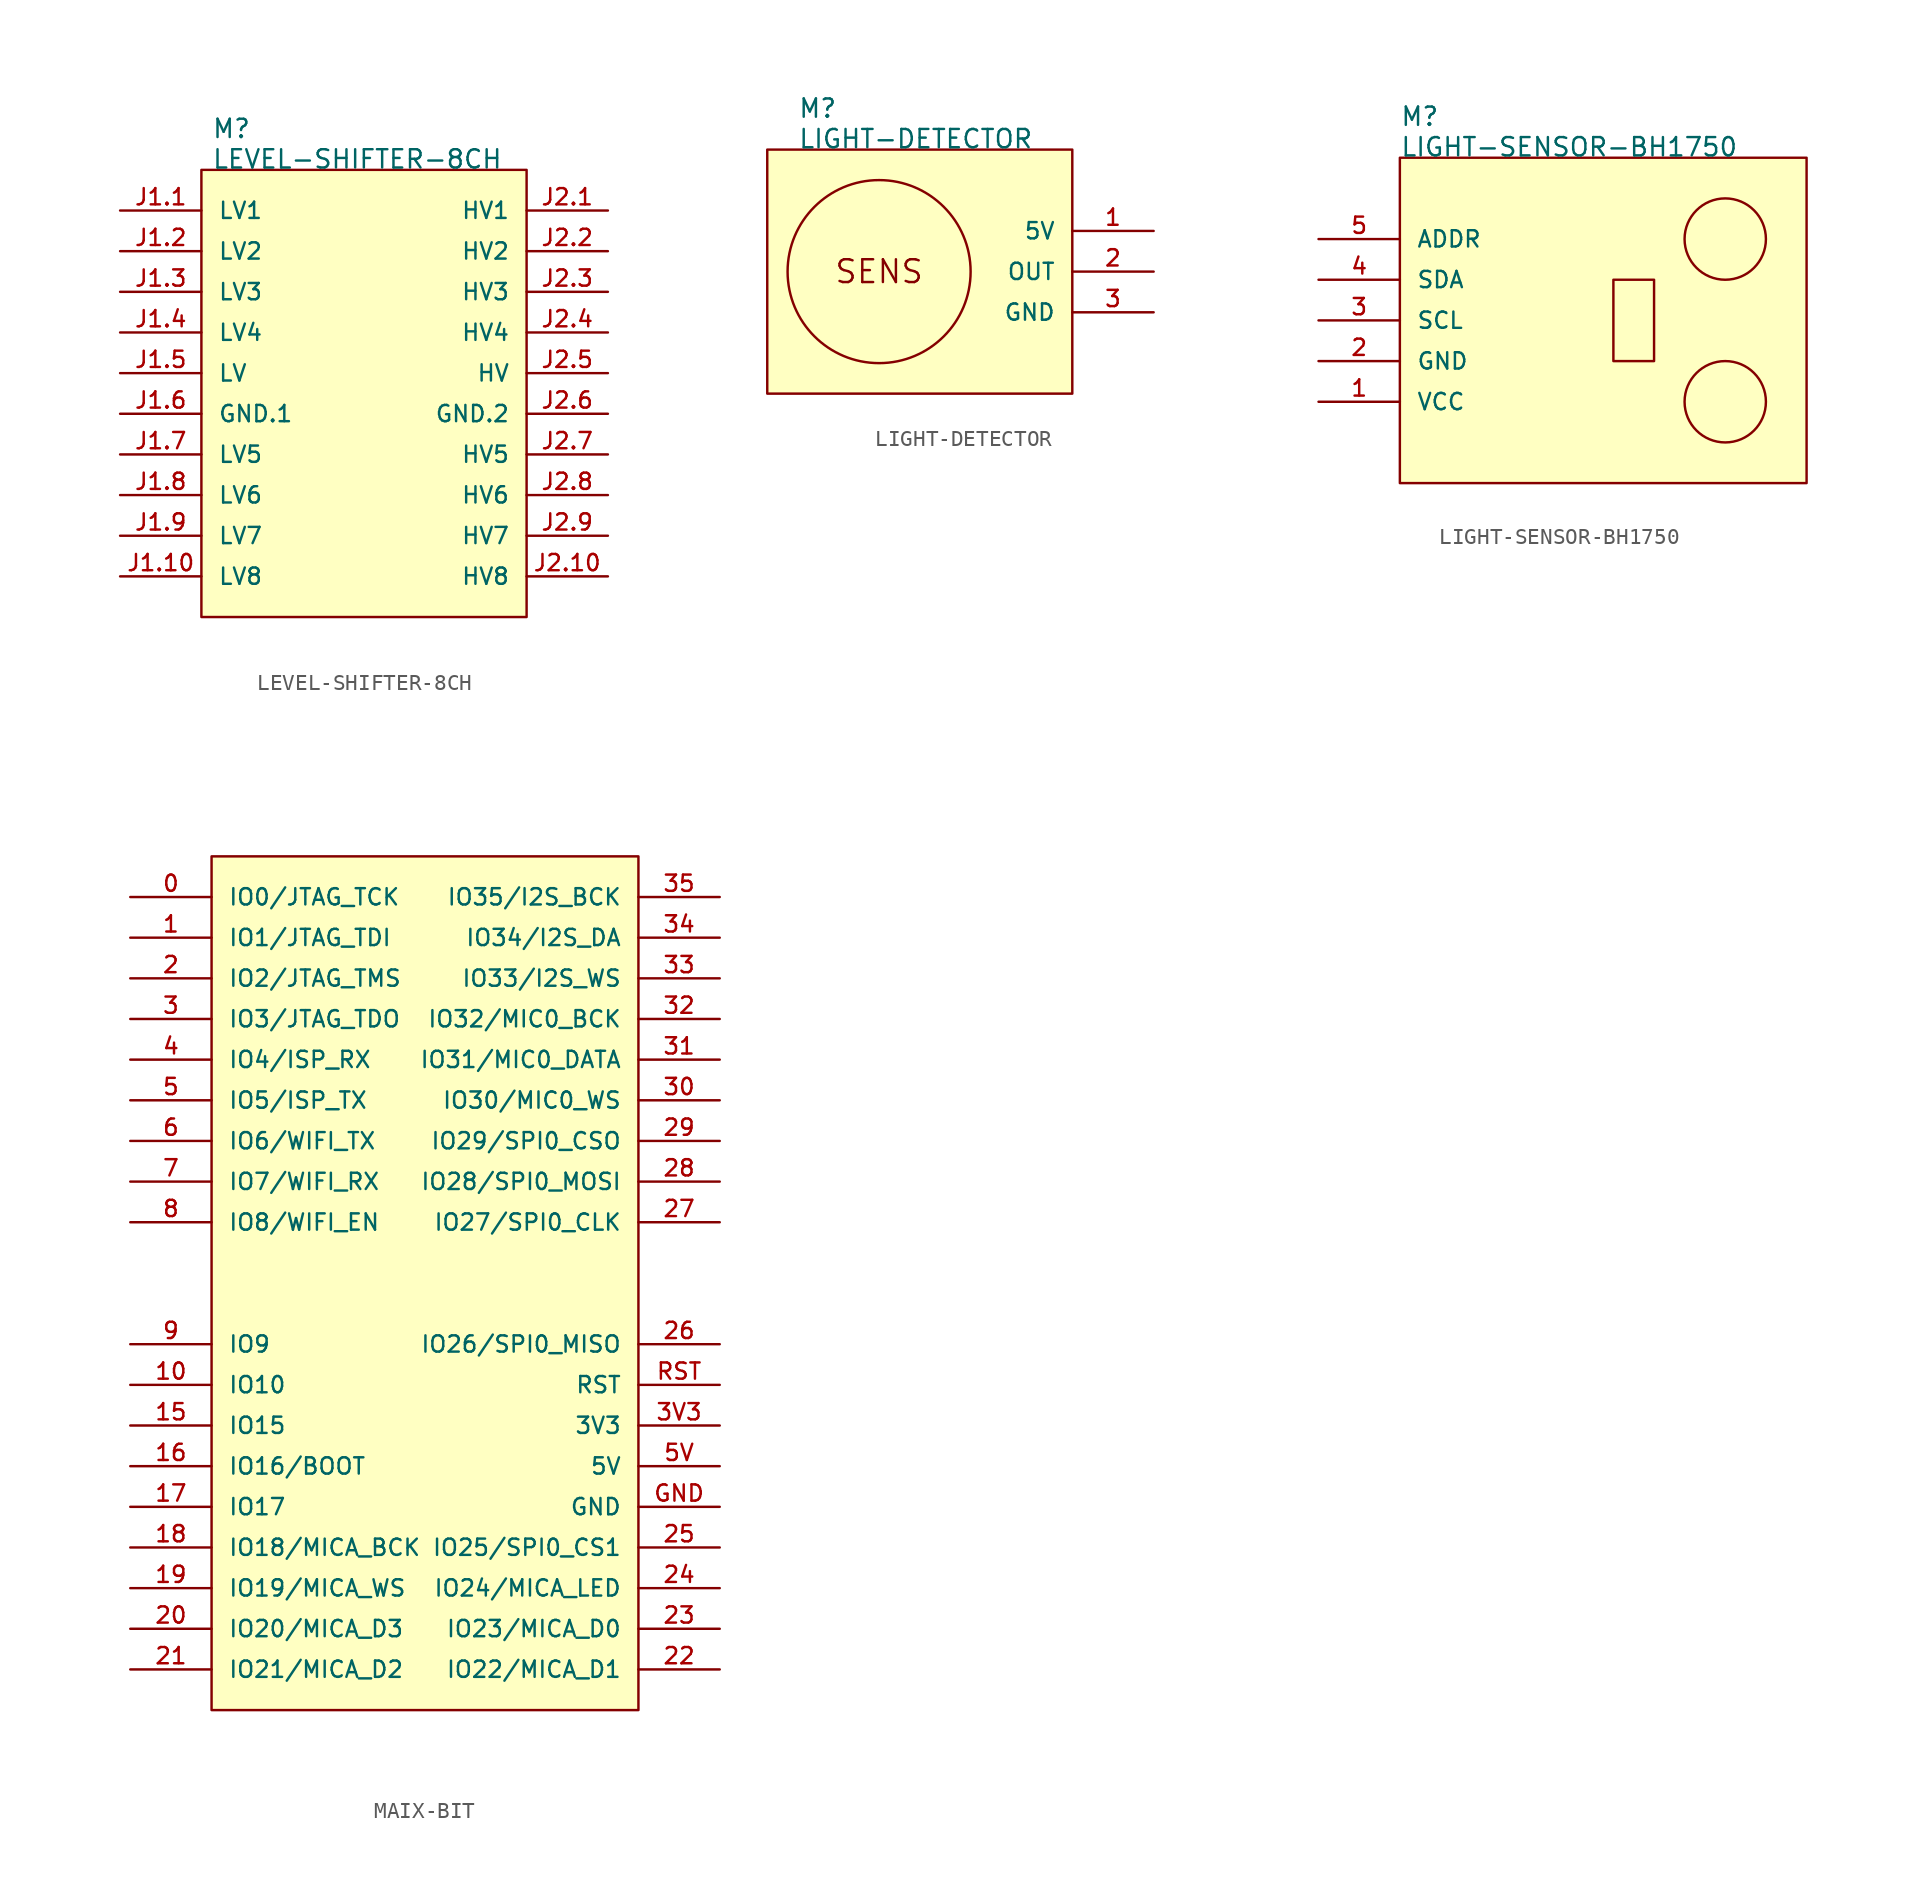
<source format=kicad_sym>
(kicad_symbol_lib
  (version 20211014)
  (generator kicad_symbol_editor)
  (symbol "LEVEL-SHIFTER-8CH"
    (pin_names
      (offset 1.016))
    (property "Reference" "M"
      (at -9.525 17.145 0)
      (effects (font (size 1.143 1.143)) (justify left bottom)))
    (property "Value" "LEVEL-SHIFTER-8CH"
      (at -9.525 15.24 0)
      (effects (font (size 1.143 1.143)) (justify left bottom)))
    (property "ki_locked" ""
      (at 0 0 0)
      (effects (font (size 1.27 1.27))))
    (symbol "LEVEL-SHIFTER-8CH_1_1"
      (rectangle (start 10.16 -12.7) (end -10.16 15.24) (stroke (width 0) (type default) (color 0 0 0 0)) (fill (type background)))
      (pin bidirectional line (at -15.24 12.7 0) (length 5.08) (name "LV1" (effects (font (size 1.016 1.016)))) (number "J1.1" (effects (font (size 1.016 1.016)))))
      (pin bidirectional line (at -15.24 -10.16 0) (length 5.08) (name "LV8" (effects (font (size 1.016 1.016)))) (number "J1.10" (effects (font (size 1.016 1.016)))))
      (pin bidirectional line (at -15.24 10.16 0) (length 5.08) (name "LV2" (effects (font (size 1.016 1.016)))) (number "J1.2" (effects (font (size 1.016 1.016)))))
      (pin bidirectional line (at -15.24 7.62 0) (length 5.08) (name "LV3" (effects (font (size 1.016 1.016)))) (number "J1.3" (effects (font (size 1.016 1.016)))))
      (pin bidirectional line (at -15.24 5.08 0) (length 5.08) (name "LV4" (effects (font (size 1.016 1.016)))) (number "J1.4" (effects (font (size 1.016 1.016)))))
      (pin power_in line (at -15.24 2.54 0) (length 5.08) (name "LV" (effects (font (size 1.016 1.016)))) (number "J1.5" (effects (font (size 1.016 1.016)))))
      (pin power_in line (at -15.24 0 0) (length 5.08) (name "GND.1" (effects (font (size 1.016 1.016)))) (number "J1.6" (effects (font (size 1.016 1.016)))))
      (pin bidirectional line (at -15.24 -2.54 0) (length 5.08) (name "LV5" (effects (font (size 1.016 1.016)))) (number "J1.7" (effects (font (size 1.016 1.016)))))
      (pin bidirectional line (at -15.24 -5.08 0) (length 5.08) (name "LV6" (effects (font (size 1.016 1.016)))) (number "J1.8" (effects (font (size 1.016 1.016)))))
      (pin bidirectional line (at -15.24 -7.62 0) (length 5.08) (name "LV7" (effects (font (size 1.016 1.016)))) (number "J1.9" (effects (font (size 1.016 1.016)))))
      (pin bidirectional line (at 15.24 12.7 180) (length 5.08) (name "HV1" (effects (font (size 1.016 1.016)))) (number "J2.1" (effects (font (size 1.016 1.016)))))
      (pin bidirectional line (at 15.24 -10.16 180) (length 5.08) (name "HV8" (effects (font (size 1.016 1.016)))) (number "J2.10" (effects (font (size 1.016 1.016)))))
      (pin bidirectional line (at 15.24 10.16 180) (length 5.08) (name "HV2" (effects (font (size 1.016 1.016)))) (number "J2.2" (effects (font (size 1.016 1.016)))))
      (pin bidirectional line (at 15.24 7.62 180) (length 5.08) (name "HV3" (effects (font (size 1.016 1.016)))) (number "J2.3" (effects (font (size 1.016 1.016)))))
      (pin bidirectional line (at 15.24 5.08 180) (length 5.08) (name "HV4" (effects (font (size 1.016 1.016)))) (number "J2.4" (effects (font (size 1.016 1.016)))))
      (pin power_in line (at 15.24 2.54 180) (length 5.08) (name "HV" (effects (font (size 1.016 1.016)))) (number "J2.5" (effects (font (size 1.016 1.016)))))
      (pin power_in line (at 15.24 0 180) (length 5.08) (name "GND.2" (effects (font (size 1.016 1.016)))) (number "J2.6" (effects (font (size 1.016 1.016)))))
      (pin bidirectional line (at 15.24 -2.54 180) (length 5.08) (name "HV5" (effects (font (size 1.016 1.016)))) (number "J2.7" (effects (font (size 1.016 1.016)))))
      (pin bidirectional line (at 15.24 -5.08 180) (length 5.08) (name "HV6" (effects (font (size 1.016 1.016)))) (number "J2.8" (effects (font (size 1.016 1.016)))))
      (pin bidirectional line (at 15.24 -7.62 180) (length 5.08) (name "HV7" (effects (font (size 1.016 1.016)))) (number "J2.9" (effects (font (size 1.016 1.016)))))))
  (symbol "LIGHT-DETECTOR"
    (pin_names
      (offset 1.016))
    (property "Reference" "M"
      (at -9.525 9.525 0)
      (effects (font (size 1.143 1.143)) (justify left bottom)))
    (property "Value" "LIGHT-DETECTOR"
      (at -9.525 7.62 0)
      (effects (font (size 1.143 1.143)) (justify left bottom)))
    (property "ki_locked" ""
      (at 0 0 0)
      (effects (font (size 1.27 1.27))))
    (symbol "LIGHT-DETECTOR_1_0"
      (text "SENS" (at -4.445 0 0) (effects (font (size 1.422 1.422)))))
    (symbol "LIGHT-DETECTOR_1_1"
      (circle (center -4.445 0) (radius 5.715) (stroke (width 0) (type default) (color 0 0 0 0)) (fill (type none)))
      (rectangle (start 7.62 -7.62) (end -11.43 7.62) (stroke (width 0) (type default) (color 0 0 0 0)) (fill (type background)))
      (pin power_in line (at 12.7 2.54 180) (length 5.08) (name "5V" (effects (font (size 1.016 1.016)))) (number "1" (effects (font (size 1.016 1.016)))))
      (pin bidirectional line (at 12.7 0 180) (length 5.08) (name "OUT" (effects (font (size 1.016 1.016)))) (number "2" (effects (font (size 1.016 1.016)))))
      (pin power_in line (at 12.7 -2.54 180) (length 5.08) (name "GND" (effects (font (size 1.016 1.016)))) (number "3" (effects (font (size 1.016 1.016)))))))
  (symbol "LIGHT-SENSOR-BH1750"
    (pin_names
      (offset 1.016))
    (property "Reference" "M"
      (at -12.7 12.065 0)
      (effects (font (size 1.143 1.143)) (justify left bottom)))
    (property "Value" "LIGHT-SENSOR-BH1750"
      (at -12.7 10.16 0)
      (effects (font (size 1.143 1.143)) (justify left bottom)))
    (property "ki_locked" ""
      (at 0 0 0)
      (effects (font (size 1.27 1.27))))
    (symbol "LIGHT-SENSOR-BH1750_1_1"
      (rectangle (start -12.7 10.16) (end 12.7 -10.16) (stroke (width 0) (type default) (color 0 0 0 0)) (fill (type background)))
      (rectangle (start 0.635 2.54) (end 3.175 -2.54) (stroke (width 0) (type default) (color 0 0 0 0)) (fill (type none)))
      (circle (center 7.62 -5.08) (radius 2.54) (stroke (width 0) (type default) (color 0 0 0 0)) (fill (type none)))
      (circle (center 7.62 5.08) (radius 2.54) (stroke (width 0) (type default) (color 0 0 0 0)) (fill (type none)))
      (pin power_in line (at -17.78 -5.08 0) (length 5.08) (name "VCC" (effects (font (size 1.016 1.016)))) (number "1" (effects (font (size 1.016 1.016)))))
      (pin power_in line (at -17.78 -2.54 0) (length 5.08) (name "GND" (effects (font (size 1.016 1.016)))) (number "2" (effects (font (size 1.016 1.016)))))
      (pin bidirectional line (at -17.78 0 0) (length 5.08) (name "SCL" (effects (font (size 1.016 1.016)))) (number "3" (effects (font (size 1.016 1.016)))))
      (pin bidirectional line (at -17.78 2.54 0) (length 5.08) (name "SDA" (effects (font (size 1.016 1.016)))) (number "4" (effects (font (size 1.016 1.016)))))
      (pin bidirectional line (at -17.78 5.08 0) (length 5.08) (name "ADDR" (effects (font (size 1.016 1.016)))) (number "5" (effects (font (size 1.016 1.016)))))))
  (symbol "MAIX-BIT"
    (pin_names
      (offset 1.016))
    (property "Reference" "M"
      (at -3.175 1.905 0)
      (effects (font (size 1.143 1.143)) hide))
    (property "ki_locked" ""
      (at 0 0 0)
      (effects (font (size 1.27 1.27))))
    (symbol "MAIX-BIT_1_1"
      (rectangle (start -13.335 26.67) (end 13.335 -26.67) (stroke (width 0) (type default) (color 0 0 0 0)) (fill (type background)))
      (pin bidirectional line (at -18.415 24.13 0) (length 5.08) (name "IO0/JTAG_TCK" (effects (font (size 1.016 1.016)))) (number "0" (effects (font (size 1.016 1.016)))))
      (pin bidirectional line (at -18.415 21.59 0) (length 5.08) (name "IO1/JTAG_TDI" (effects (font (size 1.016 1.016)))) (number "1" (effects (font (size 1.016 1.016)))))
      (pin bidirectional line (at -18.415 -6.35 0) (length 5.08) (name "IO10" (effects (font (size 1.016 1.016)))) (number "10" (effects (font (size 1.016 1.016)))))
      (pin bidirectional line (at -18.415 -8.89 0) (length 5.08) (name "IO15" (effects (font (size 1.016 1.016)))) (number "15" (effects (font (size 1.016 1.016)))))
      (pin bidirectional line (at -18.415 -11.43 0) (length 5.08) (name "IO16/BOOT" (effects (font (size 1.016 1.016)))) (number "16" (effects (font (size 1.016 1.016)))))
      (pin bidirectional line (at -18.415 -13.97 0) (length 5.08) (name "IO17" (effects (font (size 1.016 1.016)))) (number "17" (effects (font (size 1.016 1.016)))))
      (pin bidirectional line (at -18.415 -16.51 0) (length 5.08) (name "IO18/MICA_BCK" (effects (font (size 1.016 1.016)))) (number "18" (effects (font (size 1.016 1.016)))))
      (pin bidirectional line (at -18.415 -19.05 0) (length 5.08) (name "IO19/MICA_WS" (effects (font (size 1.016 1.016)))) (number "19" (effects (font (size 1.016 1.016)))))
      (pin bidirectional line (at -18.415 19.05 0) (length 5.08) (name "IO2/JTAG_TMS" (effects (font (size 1.016 1.016)))) (number "2" (effects (font (size 1.016 1.016)))))
      (pin bidirectional line (at -18.415 -21.59 0) (length 5.08) (name "IO20/MICA_D3" (effects (font (size 1.016 1.016)))) (number "20" (effects (font (size 1.016 1.016)))))
      (pin bidirectional line (at -18.415 -24.13 0) (length 5.08) (name "IO21/MICA_D2" (effects (font (size 1.016 1.016)))) (number "21" (effects (font (size 1.016 1.016)))))
      (pin bidirectional line (at 18.415 -24.13 180) (length 5.08) (name "IO22/MICA_D1" (effects (font (size 1.016 1.016)))) (number "22" (effects (font (size 1.016 1.016)))))
      (pin bidirectional line (at 18.415 -21.59 180) (length 5.08) (name "IO23/MICA_D0" (effects (font (size 1.016 1.016)))) (number "23" (effects (font (size 1.016 1.016)))))
      (pin bidirectional line (at 18.415 -19.05 180) (length 5.08) (name "IO24/MICA_LED" (effects (font (size 1.016 1.016)))) (number "24" (effects (font (size 1.016 1.016)))))
      (pin bidirectional line (at 18.415 -16.51 180) (length 5.08) (name "IO25/SPI0_CS1" (effects (font (size 1.016 1.016)))) (number "25" (effects (font (size 1.016 1.016)))))
      (pin bidirectional line (at 18.415 -3.81 180) (length 5.08) (name "IO26/SPI0_MISO" (effects (font (size 1.016 1.016)))) (number "26" (effects (font (size 1.016 1.016)))))
      (pin bidirectional line (at 18.415 3.81 180) (length 5.08) (name "IO27/SPI0_CLK" (effects (font (size 1.016 1.016)))) (number "27" (effects (font (size 1.016 1.016)))))
      (pin bidirectional line (at 18.415 6.35 180) (length 5.08) (name "IO28/SPI0_MOSI" (effects (font (size 1.016 1.016)))) (number "28" (effects (font (size 1.016 1.016)))))
      (pin bidirectional line (at 18.415 8.89 180) (length 5.08) (name "IO29/SPI0_CSO" (effects (font (size 1.016 1.016)))) (number "29" (effects (font (size 1.016 1.016)))))
      (pin bidirectional line (at -18.415 16.51 0) (length 5.08) (name "IO3/JTAG_TDO" (effects (font (size 1.016 1.016)))) (number "3" (effects (font (size 1.016 1.016)))))
      (pin bidirectional line (at 18.415 11.43 180) (length 5.08) (name "IO30/MIC0_WS" (effects (font (size 1.016 1.016)))) (number "30" (effects (font (size 1.016 1.016)))))
      (pin bidirectional line (at 18.415 13.97 180) (length 5.08) (name "IO31/MIC0_DATA" (effects (font (size 1.016 1.016)))) (number "31" (effects (font (size 1.016 1.016)))))
      (pin bidirectional line (at 18.415 16.51 180) (length 5.08) (name "IO32/MIC0_BCK" (effects (font (size 1.016 1.016)))) (number "32" (effects (font (size 1.016 1.016)))))
      (pin bidirectional line (at 18.415 19.05 180) (length 5.08) (name "IO33/I2S_WS" (effects (font (size 1.016 1.016)))) (number "33" (effects (font (size 1.016 1.016)))))
      (pin bidirectional line (at 18.415 21.59 180) (length 5.08) (name "IO34/I2S_DA" (effects (font (size 1.016 1.016)))) (number "34" (effects (font (size 1.016 1.016)))))
      (pin bidirectional line (at 18.415 24.13 180) (length 5.08) (name "IO35/I2S_BCK" (effects (font (size 1.016 1.016)))) (number "35" (effects (font (size 1.016 1.016)))))
      (pin bidirectional line (at 18.415 -8.89 180) (length 5.08) (name "3V3" (effects (font (size 1.016 1.016)))) (number "3V3" (effects (font (size 1.016 1.016)))))
      (pin bidirectional line (at -18.415 13.97 0) (length 5.08) (name "IO4/ISP_RX" (effects (font (size 1.016 1.016)))) (number "4" (effects (font (size 1.016 1.016)))))
      (pin bidirectional line (at -18.415 11.43 0) (length 5.08) (name "IO5/ISP_TX" (effects (font (size 1.016 1.016)))) (number "5" (effects (font (size 1.016 1.016)))))
      (pin bidirectional line (at 18.415 -11.43 180) (length 5.08) (name "5V" (effects (font (size 1.016 1.016)))) (number "5V" (effects (font (size 1.016 1.016)))))
      (pin bidirectional line (at -18.415 8.89 0) (length 5.08) (name "IO6/WIFI_TX" (effects (font (size 1.016 1.016)))) (number "6" (effects (font (size 1.016 1.016)))))
      (pin bidirectional line (at -18.415 6.35 0) (length 5.08) (name "IO7/WIFI_RX" (effects (font (size 1.016 1.016)))) (number "7" (effects (font (size 1.016 1.016)))))
      (pin bidirectional line (at -18.415 3.81 0) (length 5.08) (name "IO8/WIFI_EN" (effects (font (size 1.016 1.016)))) (number "8" (effects (font (size 1.016 1.016)))))
      (pin bidirectional line (at -18.415 -3.81 0) (length 5.08) (name "IO9" (effects (font (size 1.016 1.016)))) (number "9" (effects (font (size 1.016 1.016)))))
      (pin bidirectional line (at 18.415 -13.97 180) (length 5.08) (name "GND" (effects (font (size 1.016 1.016)))) (number "GND" (effects (font (size 1.016 1.016)))))
      (pin bidirectional line (at 18.415 -6.35 180) (length 5.08) (name "RST" (effects (font (size 1.016 1.016)))) (number "RST" (effects (font (size 1.016 1.016))))))))
</source>
